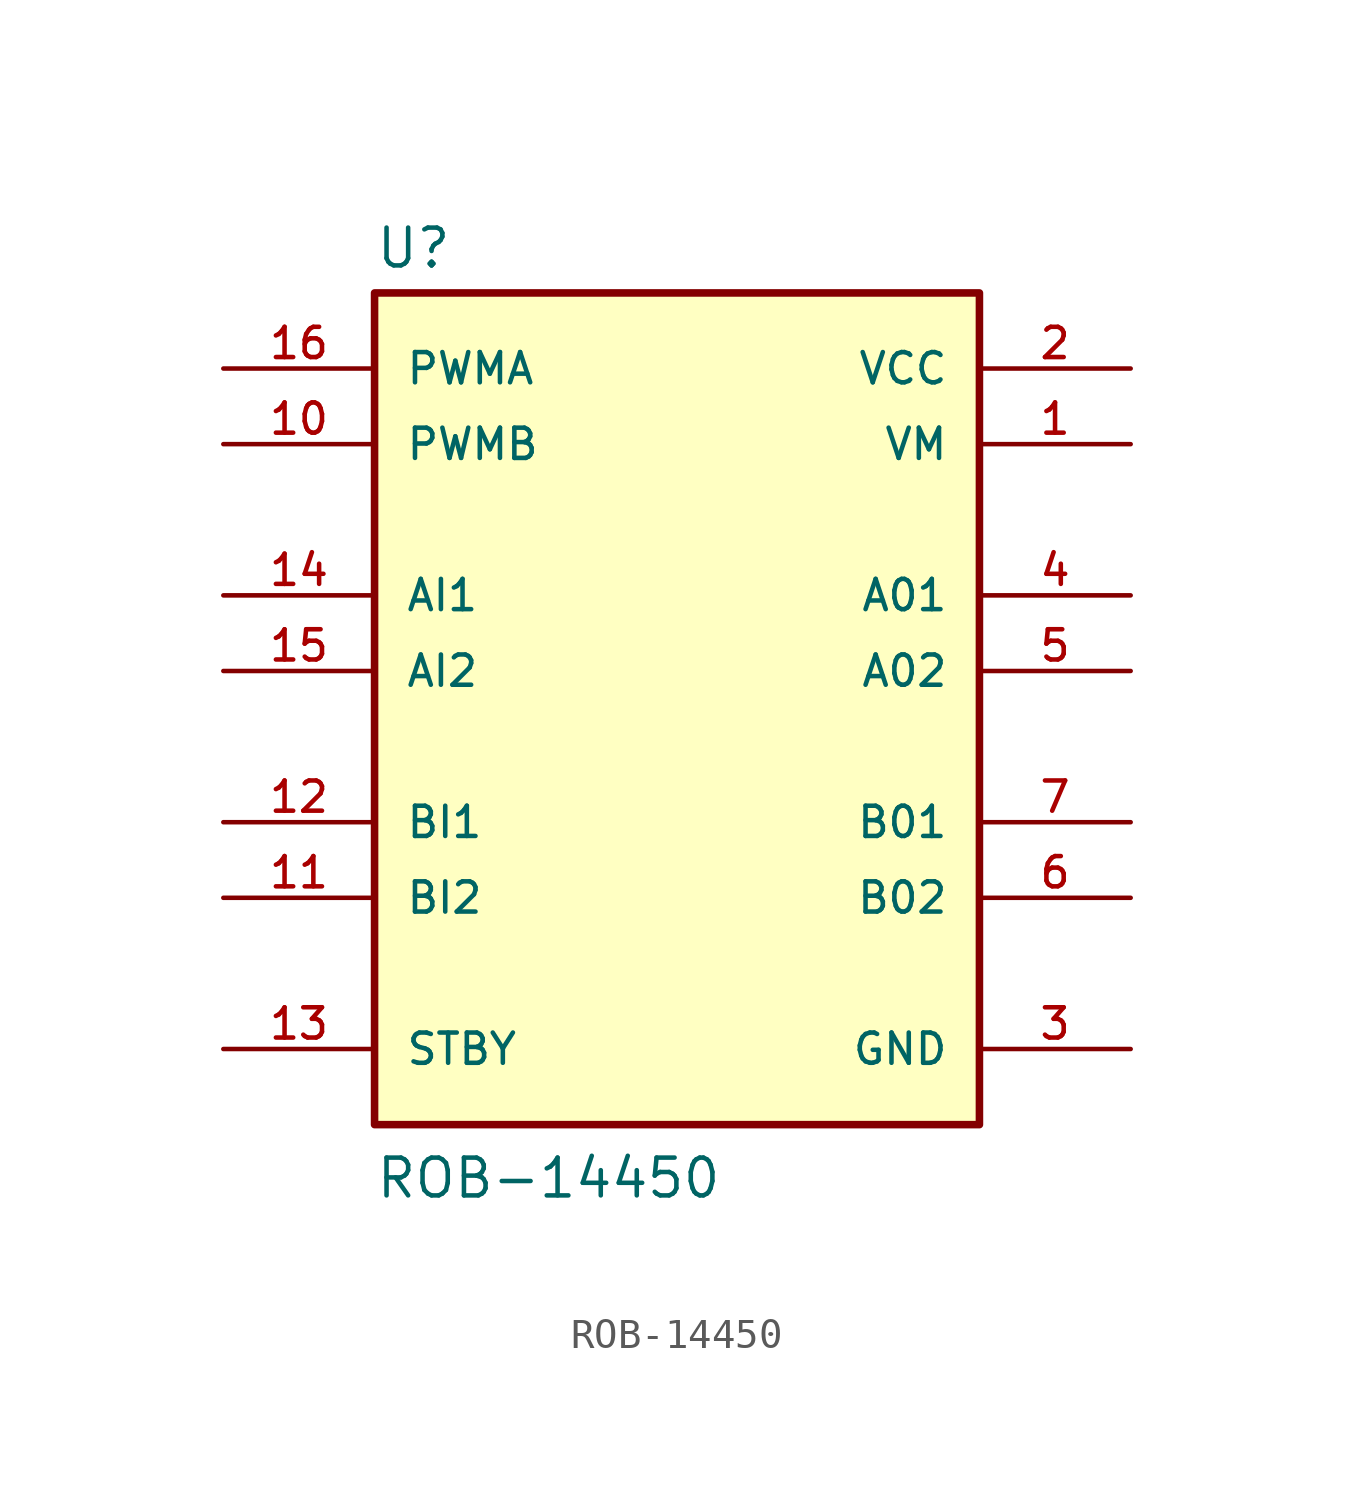
<source format=kicad_sym>
(kicad_symbol_lib
  (version 20211014)
  (generator kicad_symbol_editor)
  (symbol "ROB-14450"
    (pin_names
      (offset 1.016))
    (property "Reference" "U"
      (at -10.16 16.002 0)
      (effects (font (size 1.27 1.27)) (justify bottom left)))
    (property "Value" "ROB-14450"
      (at -10.16 -15.24 0)
      (effects (font (size 1.27 1.27)) (justify bottom left)))
    (symbol "ROB-14450_0_0"
      (rectangle (start -10.16 -12.7) (end 10.16 15.24) (stroke (width 0.254)) (fill (type background)))
      (pin output line (at 15.24 5.08 180.0) (length 5.08) (name "A01" (effects (font (size 1.016 1.016)))) (number "4" (effects (font (size 1.016 1.016)))))
      (pin output line (at 15.24 2.54 180.0) (length 5.08) (name "A02" (effects (font (size 1.016 1.016)))) (number "5" (effects (font (size 1.016 1.016)))))
      (pin output line (at 15.24 -2.54 180.0) (length 5.08) (name "B01" (effects (font (size 1.016 1.016)))) (number "7" (effects (font (size 1.016 1.016)))))
      (pin output line (at 15.24 -5.08 180.0) (length 5.08) (name "B02" (effects (font (size 1.016 1.016)))) (number "6" (effects (font (size 1.016 1.016)))))
      (pin power_in line (at 15.24 12.7 180.0) (length 5.08) (name "VCC" (effects (font (size 1.016 1.016)))) (number "2" (effects (font (size 1.016 1.016)))))
      (pin input line (at -15.24 10.16 0) (length 5.08) (name "PWMB" (effects (font (size 1.016 1.016)))) (number "10" (effects (font (size 1.016 1.016)))))
      (pin input line (at -15.24 -2.54 0) (length 5.08) (name "BI1" (effects (font (size 1.016 1.016)))) (number "12" (effects (font (size 1.016 1.016)))))
      (pin input line (at -15.24 -5.08 0) (length 5.08) (name "BI2" (effects (font (size 1.016 1.016)))) (number "11" (effects (font (size 1.016 1.016)))))
      (pin power_in line (at 15.24 -10.16 180.0) (length 5.08) (name "GND" (effects (font (size 1.016 1.016)))) (number "3" (effects (font (size 1.016 1.016)))))
      (pin power_in line (at 15.24 -10.16 180.0) (length 5.08) hide (name "GND" (effects (font (size 1.016 1.016)))) (number "8" (effects (font (size 1.016 1.016)))))
      (pin power_in line (at 15.24 -10.16 180.0) (length 5.08) hide (name "GND" (effects (font (size 1.016 1.016)))) (number "9" (effects (font (size 1.016 1.016)))))
      (pin input line (at -15.24 -10.16 0) (length 5.08) (name "STBY" (effects (font (size 1.016 1.016)))) (number "13" (effects (font (size 1.016 1.016)))))
      (pin input line (at -15.24 5.08 0) (length 5.08) (name "AI1" (effects (font (size 1.016 1.016)))) (number "14" (effects (font (size 1.016 1.016)))))
      (pin input line (at -15.24 2.54 0) (length 5.08) (name "AI2" (effects (font (size 1.016 1.016)))) (number "15" (effects (font (size 1.016 1.016)))))
      (pin input line (at -15.24 12.7 0) (length 5.08) (name "PWMA" (effects (font (size 1.016 1.016)))) (number "16" (effects (font (size 1.016 1.016)))))
      (pin power_in line (at 15.24 10.16 180.0) (length 5.08) (name "VM" (effects (font (size 1.016 1.016)))) (number "1" (effects (font (size 1.016 1.016))))))))
</source>
